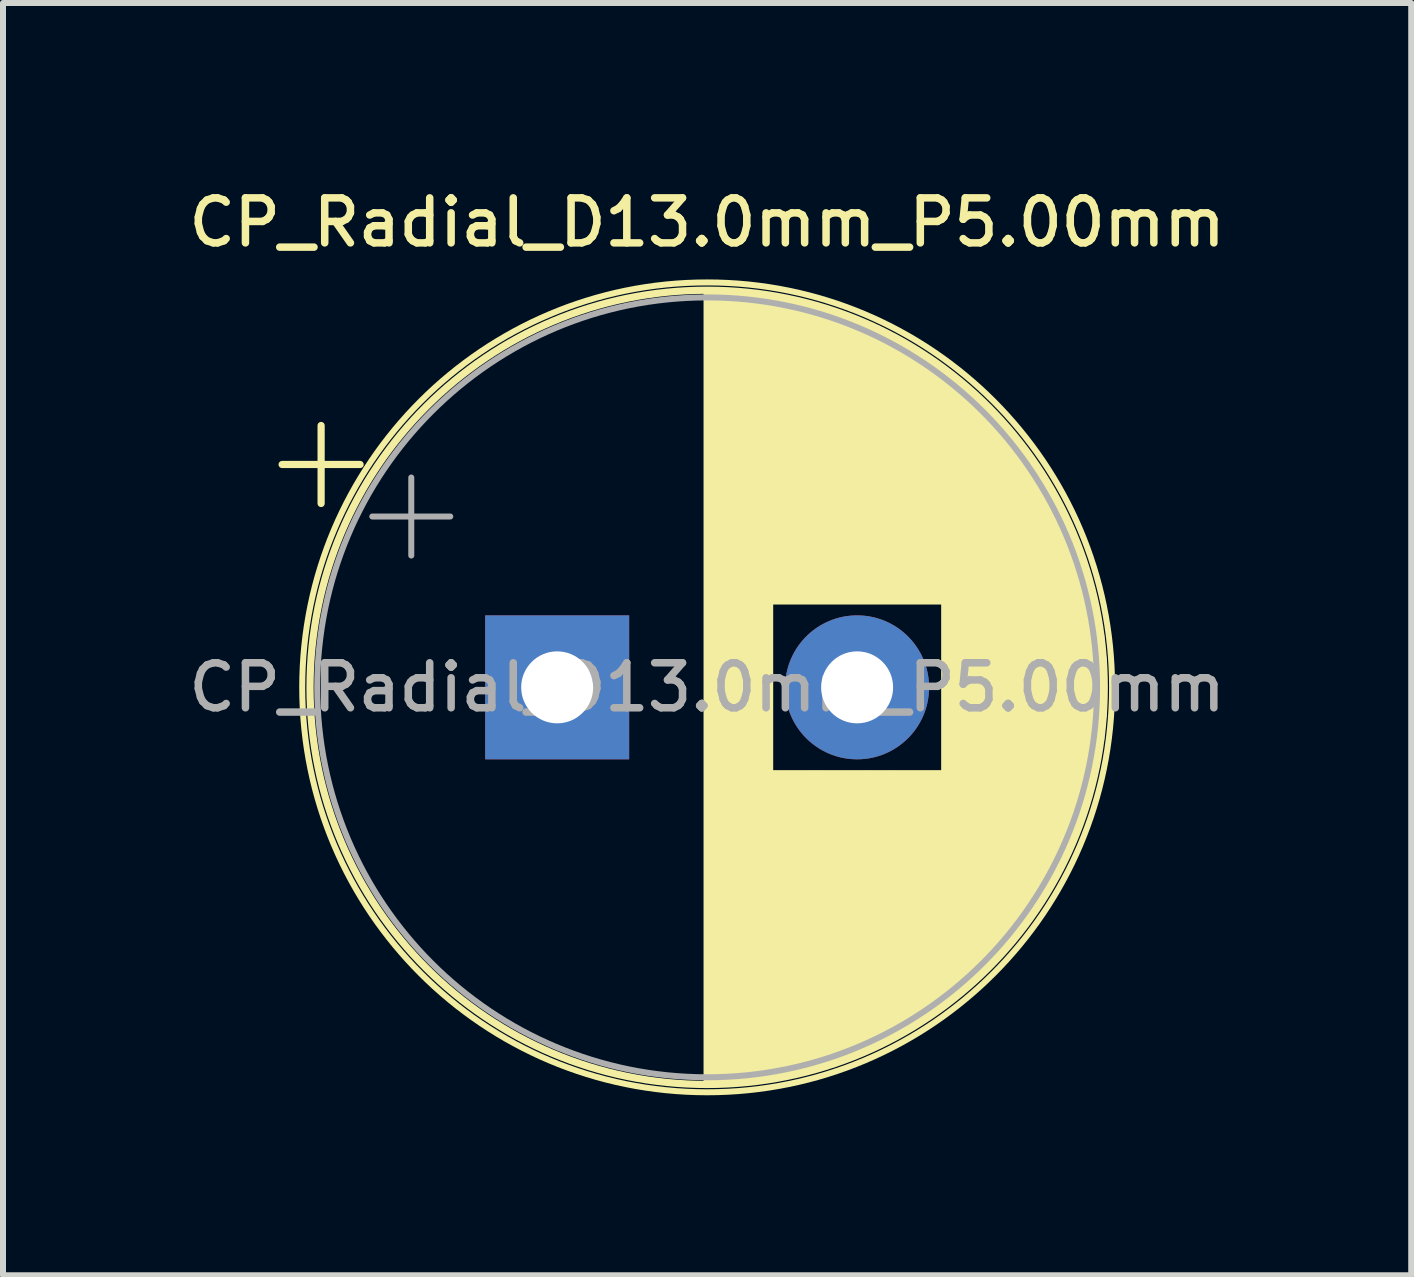
<source format=kicad_pcb>
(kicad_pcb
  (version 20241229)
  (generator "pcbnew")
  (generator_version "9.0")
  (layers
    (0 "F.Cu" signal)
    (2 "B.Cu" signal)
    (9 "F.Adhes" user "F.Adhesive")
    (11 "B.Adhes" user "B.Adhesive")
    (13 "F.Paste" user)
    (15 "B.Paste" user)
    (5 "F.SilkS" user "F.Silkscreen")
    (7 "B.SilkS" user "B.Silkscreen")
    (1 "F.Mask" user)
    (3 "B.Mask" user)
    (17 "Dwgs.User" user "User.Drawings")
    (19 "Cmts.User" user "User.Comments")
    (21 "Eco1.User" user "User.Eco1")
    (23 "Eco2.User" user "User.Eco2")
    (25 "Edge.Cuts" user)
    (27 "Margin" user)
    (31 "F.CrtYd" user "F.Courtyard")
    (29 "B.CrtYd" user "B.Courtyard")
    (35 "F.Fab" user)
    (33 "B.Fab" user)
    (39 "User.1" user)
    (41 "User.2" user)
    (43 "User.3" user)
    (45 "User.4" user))
  (footprint "CP_Radial_D13.0mm_P5.00mm"
    (layer "F.Cu")
    (at 6.238 8.408)
    (property "Reference" "CP_Radial_D13.0mm_P5.00mm" (at 2.5 -7.75 0) (layer "F.SilkS") (effects (font (size 0.75 0.75) (thickness 0.125))))
    (attr through_hole)
    (fp_line (start -4.585 -3.715) (end -3.285 -3.715) (stroke (width 0.12) (type solid)) (layer "F.SilkS"))
    (fp_line (start -3.935 -4.365) (end -3.935 -3.065) (stroke (width 0.12) (type solid)) (layer "F.SilkS"))
    (fp_line (start 2.5 -6.58) (end 2.5 6.58) (stroke (width 0.12) (type solid)) (layer "F.SilkS"))
    (fp_line (start 2.54 -6.58) (end 2.54 6.58) (stroke (width 0.12) (type solid)) (layer "F.SilkS"))
    (fp_line (start 2.58 -6.58) (end 2.58 6.58) (stroke (width 0.12) (type solid)) (layer "F.SilkS"))
    (fp_line (start 2.62 -6.579) (end 2.62 6.579) (stroke (width 0.12) (type solid)) (layer "F.SilkS"))
    (fp_line (start 2.66 -6.579) (end 2.66 6.579) (stroke (width 0.12) (type solid)) (layer "F.SilkS"))
    (fp_line (start 2.7 -6.577) (end 2.7 6.577) (stroke (width 0.12) (type solid)) (layer "F.SilkS"))
    (fp_line (start 2.74 -6.576) (end 2.74 6.576) (stroke (width 0.12) (type solid)) (layer "F.SilkS"))
    (fp_line (start 2.78 -6.575) (end 2.78 6.575) (stroke (width 0.12) (type solid)) (layer "F.SilkS"))
    (fp_line (start 2.82 -6.573) (end 2.82 6.573) (stroke (width 0.12) (type solid)) (layer "F.SilkS"))
    (fp_line (start 2.86 -6.571) (end 2.86 6.571) (stroke (width 0.12) (type solid)) (layer "F.SilkS"))
    (fp_line (start 2.9 -6.568) (end 2.9 6.568) (stroke (width 0.12) (type solid)) (layer "F.SilkS"))
    (fp_line (start 2.94 -6.566) (end 2.94 6.566) (stroke (width 0.12) (type solid)) (layer "F.SilkS"))
    (fp_line (start 2.98 -6.563) (end 2.98 6.563) (stroke (width 0.12) (type solid)) (layer "F.SilkS"))
    (fp_line (start 3.02 -6.56) (end 3.02 6.56) (stroke (width 0.12) (type solid)) (layer "F.SilkS"))
    (fp_line (start 3.06 -6.557) (end 3.06 6.557) (stroke (width 0.12) (type solid)) (layer "F.SilkS"))
    (fp_line (start 3.1 -6.553) (end 3.1 6.553) (stroke (width 0.12) (type solid)) (layer "F.SilkS"))
    (fp_line (start 3.14 -6.549) (end 3.14 6.549) (stroke (width 0.12) (type solid)) (layer "F.SilkS"))
    (fp_line (start 3.18 -6.545) (end 3.18 6.545) (stroke (width 0.12) (type solid)) (layer "F.SilkS"))
    (fp_line (start 3.221 -6.541) (end 3.221 6.541) (stroke (width 0.12) (type solid)) (layer "F.SilkS"))
    (fp_line (start 3.261 -6.537) (end 3.261 6.537) (stroke (width 0.12) (type solid)) (layer "F.SilkS"))
    (fp_line (start 3.301 -6.532) (end 3.301 6.532) (stroke (width 0.12) (type solid)) (layer "F.SilkS"))
    (fp_line (start 3.341 -6.527) (end 3.341 6.527) (stroke (width 0.12) (type solid)) (layer "F.SilkS"))
    (fp_line (start 3.381 -6.522) (end 3.381 6.522) (stroke (width 0.12) (type solid)) (layer "F.SilkS"))
    (fp_line (start 3.421 -6.516) (end 3.421 6.516) (stroke (width 0.12) (type solid)) (layer "F.SilkS"))
    (fp_line (start 3.461 -6.511) (end 3.461 6.511) (stroke (width 0.12) (type solid)) (layer "F.SilkS"))
    (fp_line (start 3.501 -6.505) (end 3.501 6.505) (stroke (width 0.12) (type solid)) (layer "F.SilkS"))
    (fp_line (start 3.541 -6.498) (end 3.541 6.498) (stroke (width 0.12) (type solid)) (layer "F.SilkS"))
    (fp_line (start 3.581 -6.492) (end 3.581 -1.44) (stroke (width 0.12) (type solid)) (layer "F.SilkS"))
    (fp_line (start 3.581 1.44) (end 3.581 6.492) (stroke (width 0.12) (type solid)) (layer "F.SilkS"))
    (fp_line (start 3.621 -6.485) (end 3.621 -1.44) (stroke (width 0.12) (type solid)) (layer "F.SilkS"))
    (fp_line (start 3.621 1.44) (end 3.621 6.485) (stroke (width 0.12) (type solid)) (layer "F.SilkS"))
    (fp_line (start 3.661 -6.478) (end 3.661 -1.44) (stroke (width 0.12) (type solid)) (layer "F.SilkS"))
    (fp_line (start 3.661 1.44) (end 3.661 6.478) (stroke (width 0.12) (type solid)) (layer "F.SilkS"))
    (fp_line (start 3.701 -6.471) (end 3.701 -1.44) (stroke (width 0.12) (type solid)) (layer "F.SilkS"))
    (fp_line (start 3.701 1.44) (end 3.701 6.471) (stroke (width 0.12) (type solid)) (layer "F.SilkS"))
    (fp_line (start 3.741 -6.463) (end 3.741 -1.44) (stroke (width 0.12) (type solid)) (layer "F.SilkS"))
    (fp_line (start 3.741 1.44) (end 3.741 6.463) (stroke (width 0.12) (type solid)) (layer "F.SilkS"))
    (fp_line (start 3.781 -6.456) (end 3.781 -1.44) (stroke (width 0.12) (type solid)) (layer "F.SilkS"))
    (fp_line (start 3.781 1.44) (end 3.781 6.456) (stroke (width 0.12) (type solid)) (layer "F.SilkS"))
    (fp_line (start 3.821 -6.448) (end 3.821 -1.44) (stroke (width 0.12) (type solid)) (layer "F.SilkS"))
    (fp_line (start 3.821 1.44) (end 3.821 6.448) (stroke (width 0.12) (type solid)) (layer "F.SilkS"))
    (fp_line (start 3.861 -6.439) (end 3.861 -1.44) (stroke (width 0.12) (type solid)) (layer "F.SilkS"))
    (fp_line (start 3.861 1.44) (end 3.861 6.439) (stroke (width 0.12) (type solid)) (layer "F.SilkS"))
    (fp_line (start 3.901 -6.431) (end 3.901 -1.44) (stroke (width 0.12) (type solid)) (layer "F.SilkS"))
    (fp_line (start 3.901 1.44) (end 3.901 6.431) (stroke (width 0.12) (type solid)) (layer "F.SilkS"))
    (fp_line (start 3.941 -6.422) (end 3.941 -1.44) (stroke (width 0.12) (type solid)) (layer "F.SilkS"))
    (fp_line (start 3.941 1.44) (end 3.941 6.422) (stroke (width 0.12) (type solid)) (layer "F.SilkS"))
    (fp_line (start 3.981 -6.413) (end 3.981 -1.44) (stroke (width 0.12) (type solid)) (layer "F.SilkS"))
    (fp_line (start 3.981 1.44) (end 3.981 6.413) (stroke (width 0.12) (type solid)) (layer "F.SilkS"))
    (fp_line (start 4.021 -6.404) (end 4.021 -1.44) (stroke (width 0.12) (type solid)) (layer "F.SilkS"))
    (fp_line (start 4.021 1.44) (end 4.021 6.404) (stroke (width 0.12) (type solid)) (layer "F.SilkS"))
    (fp_line (start 4.061 -6.394) (end 4.061 -1.44) (stroke (width 0.12) (type solid)) (layer "F.SilkS"))
    (fp_line (start 4.061 1.44) (end 4.061 6.394) (stroke (width 0.12) (type solid)) (layer "F.SilkS"))
    (fp_line (start 4.101 -6.384) (end 4.101 -1.44) (stroke (width 0.12) (type solid)) (layer "F.SilkS"))
    (fp_line (start 4.101 1.44) (end 4.101 6.384) (stroke (width 0.12) (type solid)) (layer "F.SilkS"))
    (fp_line (start 4.141 -6.374) (end 4.141 -1.44) (stroke (width 0.12) (type solid)) (layer "F.SilkS"))
    (fp_line (start 4.141 1.44) (end 4.141 6.374) (stroke (width 0.12) (type solid)) (layer "F.SilkS"))
    (fp_line (start 4.181 -6.364) (end 4.181 -1.44) (stroke (width 0.12) (type solid)) (layer "F.SilkS"))
    (fp_line (start 4.181 1.44) (end 4.181 6.364) (stroke (width 0.12) (type solid)) (layer "F.SilkS"))
    (fp_line (start 4.221 -6.353) (end 4.221 -1.44) (stroke (width 0.12) (type solid)) (layer "F.SilkS"))
    (fp_line (start 4.221 1.44) (end 4.221 6.353) (stroke (width 0.12) (type solid)) (layer "F.SilkS"))
    (fp_line (start 4.261 -6.342) (end 4.261 -1.44) (stroke (width 0.12) (type solid)) (layer "F.SilkS"))
    (fp_line (start 4.261 1.44) (end 4.261 6.342) (stroke (width 0.12) (type solid)) (layer "F.SilkS"))
    (fp_line (start 4.301 -6.331) (end 4.301 -1.44) (stroke (width 0.12) (type solid)) (layer "F.SilkS"))
    (fp_line (start 4.301 1.44) (end 4.301 6.331) (stroke (width 0.12) (type solid)) (layer "F.SilkS"))
    (fp_line (start 4.341 -6.32) (end 4.341 -1.44) (stroke (width 0.12) (type solid)) (layer "F.SilkS"))
    (fp_line (start 4.341 1.44) (end 4.341 6.32) (stroke (width 0.12) (type solid)) (layer "F.SilkS"))
    (fp_line (start 4.381 -6.308) (end 4.381 -1.44) (stroke (width 0.12) (type solid)) (layer "F.SilkS"))
    (fp_line (start 4.381 1.44) (end 4.381 6.308) (stroke (width 0.12) (type solid)) (layer "F.SilkS"))
    (fp_line (start 4.421 -6.296) (end 4.421 -1.44) (stroke (width 0.12) (type solid)) (layer "F.SilkS"))
    (fp_line (start 4.421 1.44) (end 4.421 6.296) (stroke (width 0.12) (type solid)) (layer "F.SilkS"))
    (fp_line (start 4.461 -6.284) (end 4.461 -1.44) (stroke (width 0.12) (type solid)) (layer "F.SilkS"))
    (fp_line (start 4.461 1.44) (end 4.461 6.284) (stroke (width 0.12) (type solid)) (layer "F.SilkS"))
    (fp_line (start 4.501 -6.271) (end 4.501 -1.44) (stroke (width 0.12) (type solid)) (layer "F.SilkS"))
    (fp_line (start 4.501 1.44) (end 4.501 6.271) (stroke (width 0.12) (type solid)) (layer "F.SilkS"))
    (fp_line (start 4.541 -6.258) (end 4.541 -1.44) (stroke (width 0.12) (type solid)) (layer "F.SilkS"))
    (fp_line (start 4.541 1.44) (end 4.541 6.258) (stroke (width 0.12) (type solid)) (layer "F.SilkS"))
    (fp_line (start 4.581 -6.245) (end 4.581 -1.44) (stroke (width 0.12) (type solid)) (layer "F.SilkS"))
    (fp_line (start 4.581 1.44) (end 4.581 6.245) (stroke (width 0.12) (type solid)) (layer "F.SilkS"))
    (fp_line (start 4.621 -6.232) (end 4.621 -1.44) (stroke (width 0.12) (type solid)) (layer "F.SilkS"))
    (fp_line (start 4.621 1.44) (end 4.621 6.232) (stroke (width 0.12) (type solid)) (layer "F.SilkS"))
    (fp_line (start 4.661 -6.218) (end 4.661 -1.44) (stroke (width 0.12) (type solid)) (layer "F.SilkS"))
    (fp_line (start 4.661 1.44) (end 4.661 6.218) (stroke (width 0.12) (type solid)) (layer "F.SilkS"))
    (fp_line (start 4.701 -6.204) (end 4.701 -1.44) (stroke (width 0.12) (type solid)) (layer "F.SilkS"))
    (fp_line (start 4.701 1.44) (end 4.701 6.204) (stroke (width 0.12) (type solid)) (layer "F.SilkS"))
    (fp_line (start 4.741 -6.19) (end 4.741 -1.44) (stroke (width 0.12) (type solid)) (layer "F.SilkS"))
    (fp_line (start 4.741 1.44) (end 4.741 6.19) (stroke (width 0.12) (type solid)) (layer "F.SilkS"))
    (fp_line (start 4.781 -6.175) (end 4.781 -1.44) (stroke (width 0.12) (type solid)) (layer "F.SilkS"))
    (fp_line (start 4.781 1.44) (end 4.781 6.175) (stroke (width 0.12) (type solid)) (layer "F.SilkS"))
    (fp_line (start 4.821 -6.161) (end 4.821 -1.44) (stroke (width 0.12) (type solid)) (layer "F.SilkS"))
    (fp_line (start 4.821 1.44) (end 4.821 6.161) (stroke (width 0.12) (type solid)) (layer "F.SilkS"))
    (fp_line (start 4.861 -6.146) (end 4.861 -1.44) (stroke (width 0.12) (type solid)) (layer "F.SilkS"))
    (fp_line (start 4.861 1.44) (end 4.861 6.146) (stroke (width 0.12) (type solid)) (layer "F.SilkS"))
    (fp_line (start 4.901 -6.13) (end 4.901 -1.44) (stroke (width 0.12) (type solid)) (layer "F.SilkS"))
    (fp_line (start 4.901 1.44) (end 4.901 6.13) (stroke (width 0.12) (type solid)) (layer "F.SilkS"))
    (fp_line (start 4.941 -6.114) (end 4.941 -1.44) (stroke (width 0.12) (type solid)) (layer "F.SilkS"))
    (fp_line (start 4.941 1.44) (end 4.941 6.114) (stroke (width 0.12) (type solid)) (layer "F.SilkS"))
    (fp_line (start 4.981 -6.098) (end 4.981 -1.44) (stroke (width 0.12) (type solid)) (layer "F.SilkS"))
    (fp_line (start 4.981 1.44) (end 4.981 6.098) (stroke (width 0.12) (type solid)) (layer "F.SilkS"))
    (fp_line (start 5.021 -6.082) (end 5.021 -1.44) (stroke (width 0.12) (type solid)) (layer "F.SilkS"))
    (fp_line (start 5.021 1.44) (end 5.021 6.082) (stroke (width 0.12) (type solid)) (layer "F.SilkS"))
    (fp_line (start 5.061 -6.065) (end 5.061 -1.44) (stroke (width 0.12) (type solid)) (layer "F.SilkS"))
    (fp_line (start 5.061 1.44) (end 5.061 6.065) (stroke (width 0.12) (type solid)) (layer "F.SilkS"))
    (fp_line (start 5.101 -6.049) (end 5.101 -1.44) (stroke (width 0.12) (type solid)) (layer "F.SilkS"))
    (fp_line (start 5.101 1.44) (end 5.101 6.049) (stroke (width 0.12) (type solid)) (layer "F.SilkS"))
    (fp_line (start 5.141 -6.031) (end 5.141 -1.44) (stroke (width 0.12) (type solid)) (layer "F.SilkS"))
    (fp_line (start 5.141 1.44) (end 5.141 6.031) (stroke (width 0.12) (type solid)) (layer "F.SilkS"))
    (fp_line (start 5.181 -6.014) (end 5.181 -1.44) (stroke (width 0.12) (type solid)) (layer "F.SilkS"))
    (fp_line (start 5.181 1.44) (end 5.181 6.014) (stroke (width 0.12) (type solid)) (layer "F.SilkS"))
    (fp_line (start 5.221 -5.996) (end 5.221 -1.44) (stroke (width 0.12) (type solid)) (layer "F.SilkS"))
    (fp_line (start 5.221 1.44) (end 5.221 5.996) (stroke (width 0.12) (type solid)) (layer "F.SilkS"))
    (fp_line (start 5.261 -5.978) (end 5.261 -1.44) (stroke (width 0.12) (type solid)) (layer "F.SilkS"))
    (fp_line (start 5.261 1.44) (end 5.261 5.978) (stroke (width 0.12) (type solid)) (layer "F.SilkS"))
    (fp_line (start 5.301 -5.959) (end 5.301 -1.44) (stroke (width 0.12) (type solid)) (layer "F.SilkS"))
    (fp_line (start 5.301 1.44) (end 5.301 5.959) (stroke (width 0.12) (type solid)) (layer "F.SilkS"))
    (fp_line (start 5.341 -5.94) (end 5.341 -1.44) (stroke (width 0.12) (type solid)) (layer "F.SilkS"))
    (fp_line (start 5.341 1.44) (end 5.341 5.94) (stroke (width 0.12) (type solid)) (layer "F.SilkS"))
    (fp_line (start 5.381 -5.921) (end 5.381 -1.44) (stroke (width 0.12) (type solid)) (layer "F.SilkS"))
    (fp_line (start 5.381 1.44) (end 5.381 5.921) (stroke (width 0.12) (type solid)) (layer "F.SilkS"))
    (fp_line (start 5.421 -5.902) (end 5.421 -1.44) (stroke (width 0.12) (type solid)) (layer "F.SilkS"))
    (fp_line (start 5.421 1.44) (end 5.421 5.902) (stroke (width 0.12) (type solid)) (layer "F.SilkS"))
    (fp_line (start 5.461 -5.882) (end 5.461 -1.44) (stroke (width 0.12) (type solid)) (layer "F.SilkS"))
    (fp_line (start 5.461 1.44) (end 5.461 5.882) (stroke (width 0.12) (type solid)) (layer "F.SilkS"))
    (fp_line (start 5.501 -5.862) (end 5.501 -1.44) (stroke (width 0.12) (type solid)) (layer "F.SilkS"))
    (fp_line (start 5.501 1.44) (end 5.501 5.862) (stroke (width 0.12) (type solid)) (layer "F.SilkS"))
    (fp_line (start 5.541 -5.841) (end 5.541 -1.44) (stroke (width 0.12) (type solid)) (layer "F.SilkS"))
    (fp_line (start 5.541 1.44) (end 5.541 5.841) (stroke (width 0.12) (type solid)) (layer "F.SilkS"))
    (fp_line (start 5.581 -5.82) (end 5.581 -1.44) (stroke (width 0.12) (type solid)) (layer "F.SilkS"))
    (fp_line (start 5.581 1.44) (end 5.581 5.82) (stroke (width 0.12) (type solid)) (layer "F.SilkS"))
    (fp_line (start 5.621 -5.799) (end 5.621 -1.44) (stroke (width 0.12) (type solid)) (layer "F.SilkS"))
    (fp_line (start 5.621 1.44) (end 5.621 5.799) (stroke (width 0.12) (type solid)) (layer "F.SilkS"))
    (fp_line (start 5.661 -5.778) (end 5.661 -1.44) (stroke (width 0.12) (type solid)) (layer "F.SilkS"))
    (fp_line (start 5.661 1.44) (end 5.661 5.778) (stroke (width 0.12) (type solid)) (layer "F.SilkS"))
    (fp_line (start 5.701 -5.756) (end 5.701 -1.44) (stroke (width 0.12) (type solid)) (layer "F.SilkS"))
    (fp_line (start 5.701 1.44) (end 5.701 5.756) (stroke (width 0.12) (type solid)) (layer "F.SilkS"))
    (fp_line (start 5.741 -5.733) (end 5.741 -1.44) (stroke (width 0.12) (type solid)) (layer "F.SilkS"))
    (fp_line (start 5.741 1.44) (end 5.741 5.733) (stroke (width 0.12) (type solid)) (layer "F.SilkS"))
    (fp_line (start 5.781 -5.711) (end 5.781 -1.44) (stroke (width 0.12) (type solid)) (layer "F.SilkS"))
    (fp_line (start 5.781 1.44) (end 5.781 5.711) (stroke (width 0.12) (type solid)) (layer "F.SilkS"))
    (fp_line (start 5.821 -5.688) (end 5.821 -1.44) (stroke (width 0.12) (type solid)) (layer "F.SilkS"))
    (fp_line (start 5.821 1.44) (end 5.821 5.688) (stroke (width 0.12) (type solid)) (layer "F.SilkS"))
    (fp_line (start 5.861 -5.664) (end 5.861 -1.44) (stroke (width 0.12) (type solid)) (layer "F.SilkS"))
    (fp_line (start 5.861 1.44) (end 5.861 5.664) (stroke (width 0.12) (type solid)) (layer "F.SilkS"))
    (fp_line (start 5.901 -5.641) (end 5.901 -1.44) (stroke (width 0.12) (type solid)) (layer "F.SilkS"))
    (fp_line (start 5.901 1.44) (end 5.901 5.641) (stroke (width 0.12) (type solid)) (layer "F.SilkS"))
    (fp_line (start 5.941 -5.617) (end 5.941 -1.44) (stroke (width 0.12) (type solid)) (layer "F.SilkS"))
    (fp_line (start 5.941 1.44) (end 5.941 5.617) (stroke (width 0.12) (type solid)) (layer "F.SilkS"))
    (fp_line (start 5.981 -5.592) (end 5.981 -1.44) (stroke (width 0.12) (type solid)) (layer "F.SilkS"))
    (fp_line (start 5.981 1.44) (end 5.981 5.592) (stroke (width 0.12) (type solid)) (layer "F.SilkS"))
    (fp_line (start 6.021 -5.567) (end 6.021 -1.44) (stroke (width 0.12) (type solid)) (layer "F.SilkS"))
    (fp_line (start 6.021 1.44) (end 6.021 5.567) (stroke (width 0.12) (type solid)) (layer "F.SilkS"))
    (fp_line (start 6.061 -5.542) (end 6.061 -1.44) (stroke (width 0.12) (type solid)) (layer "F.SilkS"))
    (fp_line (start 6.061 1.44) (end 6.061 5.542) (stroke (width 0.12) (type solid)) (layer "F.SilkS"))
    (fp_line (start 6.101 -5.516) (end 6.101 -1.44) (stroke (width 0.12) (type solid)) (layer "F.SilkS"))
    (fp_line (start 6.101 1.44) (end 6.101 5.516) (stroke (width 0.12) (type solid)) (layer "F.SilkS"))
    (fp_line (start 6.141 -5.49) (end 6.141 -1.44) (stroke (width 0.12) (type solid)) (layer "F.SilkS"))
    (fp_line (start 6.141 1.44) (end 6.141 5.49) (stroke (width 0.12) (type solid)) (layer "F.SilkS"))
    (fp_line (start 6.181 -5.463) (end 6.181 -1.44) (stroke (width 0.12) (type solid)) (layer "F.SilkS"))
    (fp_line (start 6.181 1.44) (end 6.181 5.463) (stroke (width 0.12) (type solid)) (layer "F.SilkS"))
    (fp_line (start 6.221 -5.436) (end 6.221 -1.44) (stroke (width 0.12) (type solid)) (layer "F.SilkS"))
    (fp_line (start 6.221 1.44) (end 6.221 5.436) (stroke (width 0.12) (type solid)) (layer "F.SilkS"))
    (fp_line (start 6.261 -5.409) (end 6.261 -1.44) (stroke (width 0.12) (type solid)) (layer "F.SilkS"))
    (fp_line (start 6.261 1.44) (end 6.261 5.409) (stroke (width 0.12) (type solid)) (layer "F.SilkS"))
    (fp_line (start 6.301 -5.381) (end 6.301 -1.44) (stroke (width 0.12) (type solid)) (layer "F.SilkS"))
    (fp_line (start 6.301 1.44) (end 6.301 5.381) (stroke (width 0.12) (type solid)) (layer "F.SilkS"))
    (fp_line (start 6.341 -5.353) (end 6.341 -1.44) (stroke (width 0.12) (type solid)) (layer "F.SilkS"))
    (fp_line (start 6.341 1.44) (end 6.341 5.353) (stroke (width 0.12) (type solid)) (layer "F.SilkS"))
    (fp_line (start 6.381 -5.324) (end 6.381 -1.44) (stroke (width 0.12) (type solid)) (layer "F.SilkS"))
    (fp_line (start 6.381 1.44) (end 6.381 5.324) (stroke (width 0.12) (type solid)) (layer "F.SilkS"))
    (fp_line (start 6.421 -5.295) (end 6.421 -1.44) (stroke (width 0.12) (type solid)) (layer "F.SilkS"))
    (fp_line (start 6.421 1.44) (end 6.421 5.295) (stroke (width 0.12) (type solid)) (layer "F.SilkS"))
    (fp_line (start 6.461 -5.265) (end 6.461 5.265) (stroke (width 0.12) (type solid)) (layer "F.SilkS"))
    (fp_line (start 6.501 -5.235) (end 6.501 5.235) (stroke (width 0.12) (type solid)) (layer "F.SilkS"))
    (fp_line (start 6.541 -5.205) (end 6.541 5.205) (stroke (width 0.12) (type solid)) (layer "F.SilkS"))
    (fp_line (start 6.581 -5.174) (end 6.581 5.174) (stroke (width 0.12) (type solid)) (layer "F.SilkS"))
    (fp_line (start 6.621 -5.142) (end 6.621 5.142) (stroke (width 0.12) (type solid)) (layer "F.SilkS"))
    (fp_line (start 6.661 -5.11) (end 6.661 5.11) (stroke (width 0.12) (type solid)) (layer "F.SilkS"))
    (fp_line (start 6.701 -5.078) (end 6.701 5.078) (stroke (width 0.12) (type solid)) (layer "F.SilkS"))
    (fp_line (start 6.741 -5.044) (end 6.741 5.044) (stroke (width 0.12) (type solid)) (layer "F.SilkS"))
    (fp_line (start 6.781 -5.011) (end 6.781 5.011) (stroke (width 0.12) (type solid)) (layer "F.SilkS"))
    (fp_line (start 6.821 -4.977) (end 6.821 4.977) (stroke (width 0.12) (type solid)) (layer "F.SilkS"))
    (fp_line (start 6.861 -4.942) (end 6.861 4.942) (stroke (width 0.12) (type solid)) (layer "F.SilkS"))
    (fp_line (start 6.901 -4.907) (end 6.901 4.907) (stroke (width 0.12) (type solid)) (layer "F.SilkS"))
    (fp_line (start 6.941 -4.871) (end 6.941 4.871) (stroke (width 0.12) (type solid)) (layer "F.SilkS"))
    (fp_line (start 6.981 -4.834) (end 6.981 4.834) (stroke (width 0.12) (type solid)) (layer "F.SilkS"))
    (fp_line (start 7.021 -4.797) (end 7.021 4.797) (stroke (width 0.12) (type solid)) (layer "F.SilkS"))
    (fp_line (start 7.061 -4.76) (end 7.061 4.76) (stroke (width 0.12) (type solid)) (layer "F.SilkS"))
    (fp_line (start 7.101 -4.721) (end 7.101 4.721) (stroke (width 0.12) (type solid)) (layer "F.SilkS"))
    (fp_line (start 7.141 -4.682) (end 7.141 4.682) (stroke (width 0.12) (type solid)) (layer "F.SilkS"))
    (fp_line (start 7.181 -4.643) (end 7.181 4.643) (stroke (width 0.12) (type solid)) (layer "F.SilkS"))
    (fp_line (start 7.221 -4.602) (end 7.221 4.602) (stroke (width 0.12) (type solid)) (layer "F.SilkS"))
    (fp_line (start 7.261 -4.561) (end 7.261 4.561) (stroke (width 0.12) (type solid)) (layer "F.SilkS"))
    (fp_line (start 7.301 -4.519) (end 7.301 4.519) (stroke (width 0.12) (type solid)) (layer "F.SilkS"))
    (fp_line (start 7.341 -4.477) (end 7.341 4.477) (stroke (width 0.12) (type solid)) (layer "F.SilkS"))
    (fp_line (start 7.381 -4.434) (end 7.381 4.434) (stroke (width 0.12) (type solid)) (layer "F.SilkS"))
    (fp_line (start 7.421 -4.39) (end 7.421 4.39) (stroke (width 0.12) (type solid)) (layer "F.SilkS"))
    (fp_line (start 7.461 -4.345) (end 7.461 4.345) (stroke (width 0.12) (type solid)) (layer "F.SilkS"))
    (fp_line (start 7.501 -4.299) (end 7.501 4.299) (stroke (width 0.12) (type solid)) (layer "F.SilkS"))
    (fp_line (start 7.541 -4.253) (end 7.541 4.253) (stroke (width 0.12) (type solid)) (layer "F.SilkS"))
    (fp_line (start 7.581 -4.205) (end 7.581 4.205) (stroke (width 0.12) (type solid)) (layer "F.SilkS"))
    (fp_line (start 7.621 -4.157) (end 7.621 4.157) (stroke (width 0.12) (type solid)) (layer "F.SilkS"))
    (fp_line (start 7.661 -4.108) (end 7.661 4.108) (stroke (width 0.12) (type solid)) (layer "F.SilkS"))
    (fp_line (start 7.701 -4.057) (end 7.701 4.057) (stroke (width 0.12) (type solid)) (layer "F.SilkS"))
    (fp_line (start 7.741 -4.006) (end 7.741 4.006) (stroke (width 0.12) (type solid)) (layer "F.SilkS"))
    (fp_line (start 7.781 -3.954) (end 7.781 3.954) (stroke (width 0.12) (type solid)) (layer "F.SilkS"))
    (fp_line (start 7.821 -3.9) (end 7.821 3.9) (stroke (width 0.12) (type solid)) (layer "F.SilkS"))
    (fp_line (start 7.861 -3.846) (end 7.861 3.846) (stroke (width 0.12) (type solid)) (layer "F.SilkS"))
    (fp_line (start 7.901 -3.79) (end 7.901 3.79) (stroke (width 0.12) (type solid)) (layer "F.SilkS"))
    (fp_line (start 7.941 -3.733) (end 7.941 3.733) (stroke (width 0.12) (type solid)) (layer "F.SilkS"))
    (fp_line (start 7.981 -3.675) (end 7.981 3.675) (stroke (width 0.12) (type solid)) (layer "F.SilkS"))
    (fp_line (start 8.021 -3.615) (end 8.021 3.615) (stroke (width 0.12) (type solid)) (layer "F.SilkS"))
    (fp_line (start 8.061 -3.554) (end 8.061 3.554) (stroke (width 0.12) (type solid)) (layer "F.SilkS"))
    (fp_line (start 8.101 -3.491) (end 8.101 3.491) (stroke (width 0.12) (type solid)) (layer "F.SilkS"))
    (fp_line (start 8.141 -3.427) (end 8.141 3.427) (stroke (width 0.12) (type solid)) (layer "F.SilkS"))
    (fp_line (start 8.181 -3.361) (end 8.181 3.361) (stroke (width 0.12) (type solid)) (layer "F.SilkS"))
    (fp_line (start 8.221 -3.293) (end 8.221 3.293) (stroke (width 0.12) (type solid)) (layer "F.SilkS"))
    (fp_line (start 8.261 -3.223) (end 8.261 3.223) (stroke (width 0.12) (type solid)) (layer "F.SilkS"))
    (fp_line (start 8.301 -3.152) (end 8.301 3.152) (stroke (width 0.12) (type solid)) (layer "F.SilkS"))
    (fp_line (start 8.341 -3.078) (end 8.341 3.078) (stroke (width 0.12) (type solid)) (layer "F.SilkS"))
    (fp_line (start 8.381 -3.002) (end 8.381 3.002) (stroke (width 0.12) (type solid)) (layer "F.SilkS"))
    (fp_line (start 8.421 -2.923) (end 8.421 2.923) (stroke (width 0.12) (type solid)) (layer "F.SilkS"))
    (fp_line (start 8.461 -2.842) (end 8.461 2.842) (stroke (width 0.12) (type solid)) (layer "F.SilkS"))
    (fp_line (start 8.501 -2.758) (end 8.501 2.758) (stroke (width 0.12) (type solid)) (layer "F.SilkS"))
    (fp_line (start 8.541 -2.67) (end 8.541 2.67) (stroke (width 0.12) (type solid)) (layer "F.SilkS"))
    (fp_line (start 8.581 -2.579) (end 8.581 2.579) (stroke (width 0.12) (type solid)) (layer "F.SilkS"))
    (fp_line (start 8.621 -2.484) (end 8.621 2.484) (stroke (width 0.12) (type solid)) (layer "F.SilkS"))
    (fp_line (start 8.661 -2.385) (end 8.661 2.385) (stroke (width 0.12) (type solid)) (layer "F.SilkS"))
    (fp_line (start 8.701 -2.281) (end 8.701 2.281) (stroke (width 0.12) (type solid)) (layer "F.SilkS"))
    (fp_line (start 8.741 -2.171) (end 8.741 2.171) (stroke (width 0.12) (type solid)) (layer "F.SilkS"))
    (fp_line (start 8.781 -2.055) (end 8.781 2.055) (stroke (width 0.12) (type solid)) (layer "F.SilkS"))
    (fp_line (start 8.821 -1.931) (end 8.821 1.931) (stroke (width 0.12) (type solid)) (layer "F.SilkS"))
    (fp_line (start 8.861 -1.798) (end 8.861 1.798) (stroke (width 0.12) (type solid)) (layer "F.SilkS"))
    (fp_line (start 8.901 -1.653) (end 8.901 1.653) (stroke (width 0.12) (type solid)) (layer "F.SilkS"))
    (fp_line (start 8.941 -1.494) (end 8.941 1.494) (stroke (width 0.12) (type solid)) (layer "F.SilkS"))
    (fp_line (start 8.981 -1.315) (end 8.981 1.315) (stroke (width 0.12) (type solid)) (layer "F.SilkS"))
    (fp_line (start 9.021 -1.107) (end 9.021 1.107) (stroke (width 0.12) (type solid)) (layer "F.SilkS"))
    (fp_line (start 9.061 -0.85) (end 9.061 0.85) (stroke (width 0.12) (type solid)) (layer "F.SilkS"))
    (fp_line (start 9.101 -0.475) (end 9.101 0.475) (stroke (width 0.12) (type solid)) (layer "F.SilkS"))
    (fp_circle (center 2.5 0) (end 9.12 0) (stroke (width 0.12) (type solid)) (fill no) (layer "F.SilkS"))
    (fp_circle (center 2.5 0) (end 9.25 0) (stroke (width 0.1) (type solid)) (fill no) (layer "F.SilkS"))
    (fp_line (start -3.082 -2.848) (end -1.782 -2.848) (stroke (width 0.1) (type solid)) (layer "F.Fab"))
    (fp_line (start -2.432 -3.498) (end -2.432 -2.197) (stroke (width 0.1) (type solid)) (layer "F.Fab"))
    (fp_circle (center 2.5 0) (end 9 0) (stroke (width 0.1) (type solid)) (fill no) (layer "F.Fab"))
    (fp_text user "${REFERENCE}" (at 2.5 0 0) (layer "F.Fab") (effects (font (size 0.75 0.75) (thickness 0.125))))
    (pad "1" thru_hole rect (at 0 0) (size 2.4 2.4) (drill 1.2) (layers "*.Cu" "*.Mask"))
    (pad "2" thru_hole circle (at 5 0) (size 2.4 2.4) (drill 1.2) (layers "*.Cu" "*.Mask")))
  (gr_rect
    (start -3 -3)
    (end 20.475 18.208)
    (stroke (width 0.1) (type default))
    (fill no)
    (layer "Edge.Cuts")))
</source>
